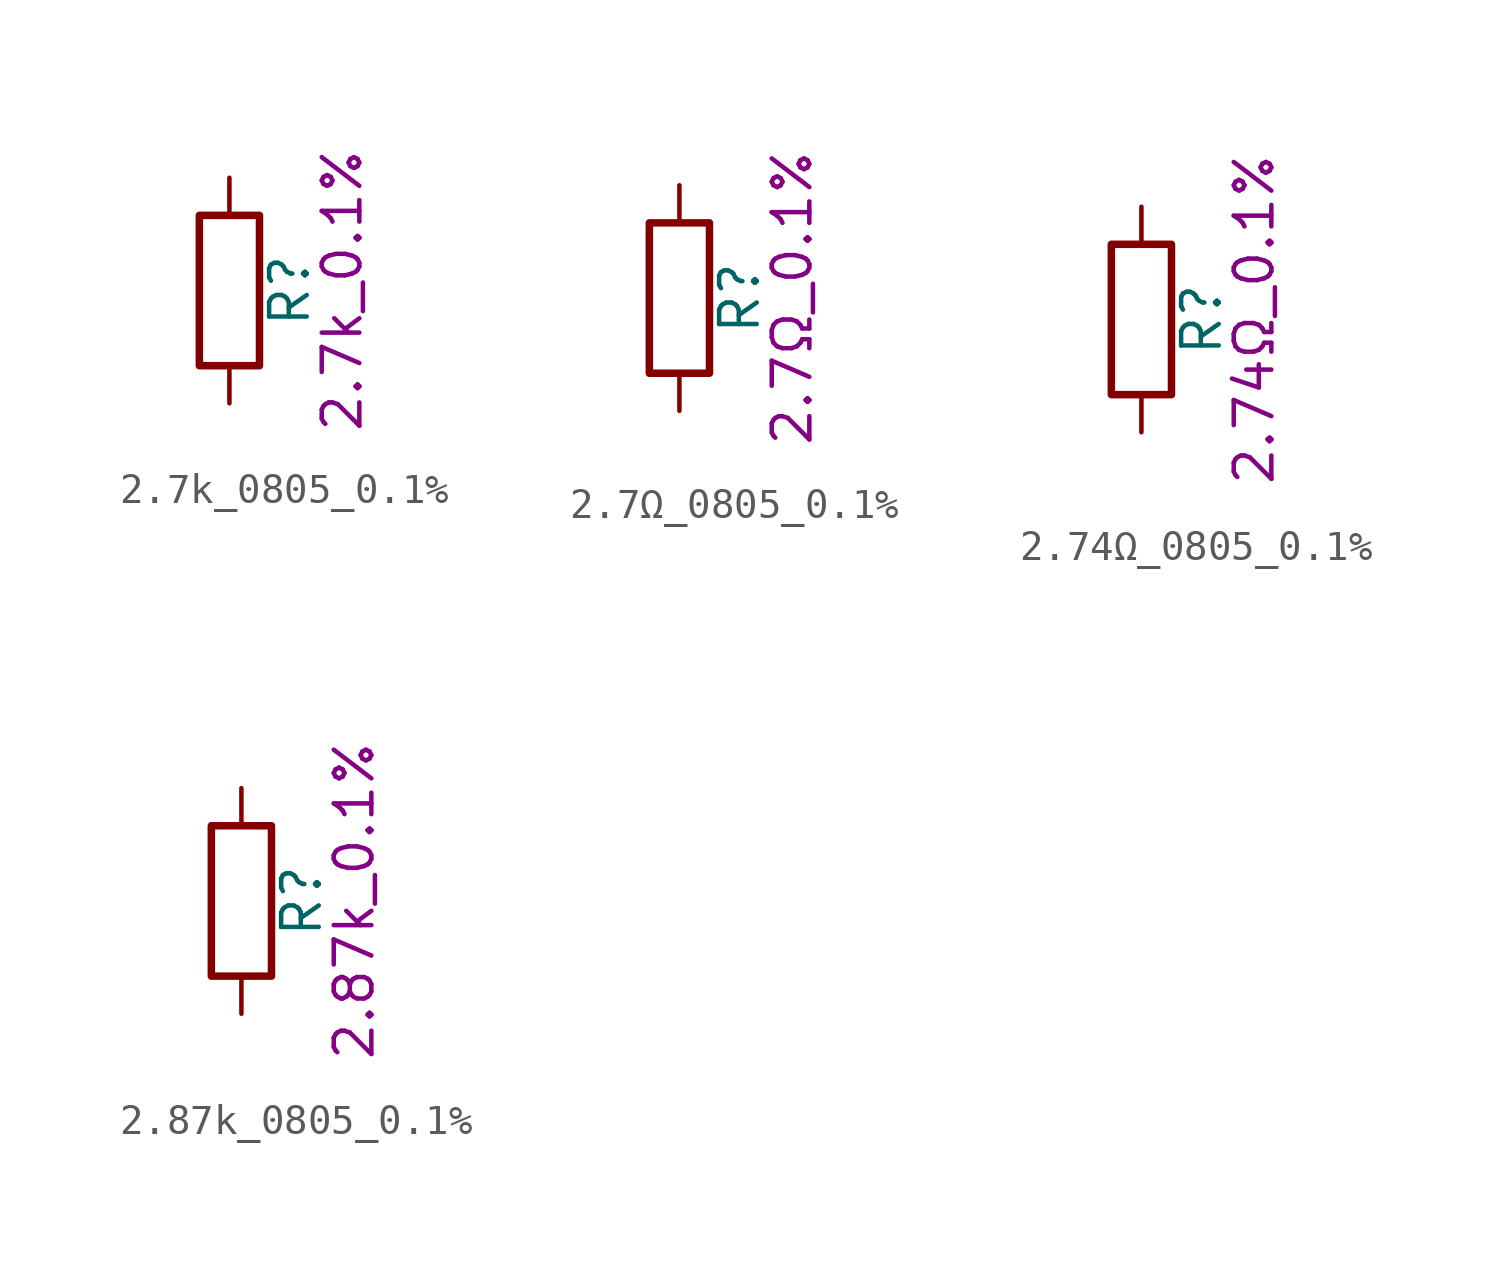
<source format=kicad_sym>
(kicad_symbol_lib
  (version 20211014)
  (generator kicad_symbol_editor)
  (symbol "2.7k_0805_0.1%"
    (pin_numbers hide)
    (pin_names
      (offset 0))
    (property "Reference" "R"
      (at 2.032 0 90)
      (effects (font (size 1.27 1.27))))
    (property "Display" "2.7k_0.1%"
      (at 3.81 0 90)
      (effects (font (size 1.27 1.27))))
    (symbol "2.7k_0805_0.1%_0_1"
      (rectangle (start -1.016 -2.54) (end 1.016 2.54) (stroke (width 0.254) (type default) (color 0 0 0 0)) (fill (type none))))
    (symbol "2.7k_0805_0.1%_1_1"
      (pin passive line (at 0 3.81 270) (length 1.27) (name "~" (effects (font (size 1.27 1.27)))) (number "1" (effects (font (size 1.27 1.27)))))
      (pin passive line (at 0 -3.81 90) (length 1.27) (name "~" (effects (font (size 1.27 1.27)))) (number "2" (effects (font (size 1.27 1.27)))))))
  (symbol "2.7Ω_0805_0.1%"
    (pin_numbers hide)
    (pin_names
      (offset 0))
    (property "Reference" "R"
      (at 2.032 0 90)
      (effects (font (size 1.27 1.27))))
    (property "Display" "2.7Ω_0.1%"
      (at 3.81 0 90)
      (effects (font (size 1.27 1.27))))
    (symbol "2.7Ω_0805_0.1%_0_1"
      (rectangle (start -1.016 -2.54) (end 1.016 2.54) (stroke (width 0.254) (type default) (color 0 0 0 0)) (fill (type none))))
    (symbol "2.7Ω_0805_0.1%_1_1"
      (pin passive line (at 0 3.81 270) (length 1.27) (name "~" (effects (font (size 1.27 1.27)))) (number "1" (effects (font (size 1.27 1.27)))))
      (pin passive line (at 0 -3.81 90) (length 1.27) (name "~" (effects (font (size 1.27 1.27)))) (number "2" (effects (font (size 1.27 1.27)))))))
  (symbol "2.74Ω_0805_0.1%"
    (pin_numbers hide)
    (pin_names
      (offset 0))
    (property "Reference" "R"
      (at 2.032 0 90)
      (effects (font (size 1.27 1.27))))
    (property "Display" "2.74Ω_0.1%"
      (at 3.81 0 90)
      (effects (font (size 1.27 1.27))))
    (symbol "2.74Ω_0805_0.1%_0_1"
      (rectangle (start -1.016 -2.54) (end 1.016 2.54) (stroke (width 0.254) (type default) (color 0 0 0 0)) (fill (type none))))
    (symbol "2.74Ω_0805_0.1%_1_1"
      (pin passive line (at 0 3.81 270) (length 1.27) (name "~" (effects (font (size 1.27 1.27)))) (number "1" (effects (font (size 1.27 1.27)))))
      (pin passive line (at 0 -3.81 90) (length 1.27) (name "~" (effects (font (size 1.27 1.27)))) (number "2" (effects (font (size 1.27 1.27)))))))
  (symbol "2.87k_0805_0.1%"
    (pin_numbers hide)
    (pin_names
      (offset 0))
    (property "Reference" "R"
      (at 2.032 0 90)
      (effects (font (size 1.27 1.27))))
    (property "Display" "2.87k_0.1%"
      (at 3.81 0 90)
      (effects (font (size 1.27 1.27))))
    (symbol "2.87k_0805_0.1%_0_1"
      (rectangle (start -1.016 -2.54) (end 1.016 2.54) (stroke (width 0.254) (type default) (color 0 0 0 0)) (fill (type none))))
    (symbol "2.87k_0805_0.1%_1_1"
      (pin passive line (at 0 3.81 270) (length 1.27) (name "~" (effects (font (size 1.27 1.27)))) (number "1" (effects (font (size 1.27 1.27)))))
      (pin passive line (at 0 -3.81 90) (length 1.27) (name "~" (effects (font (size 1.27 1.27)))) (number "2" (effects (font (size 1.27 1.27))))))))
</source>
